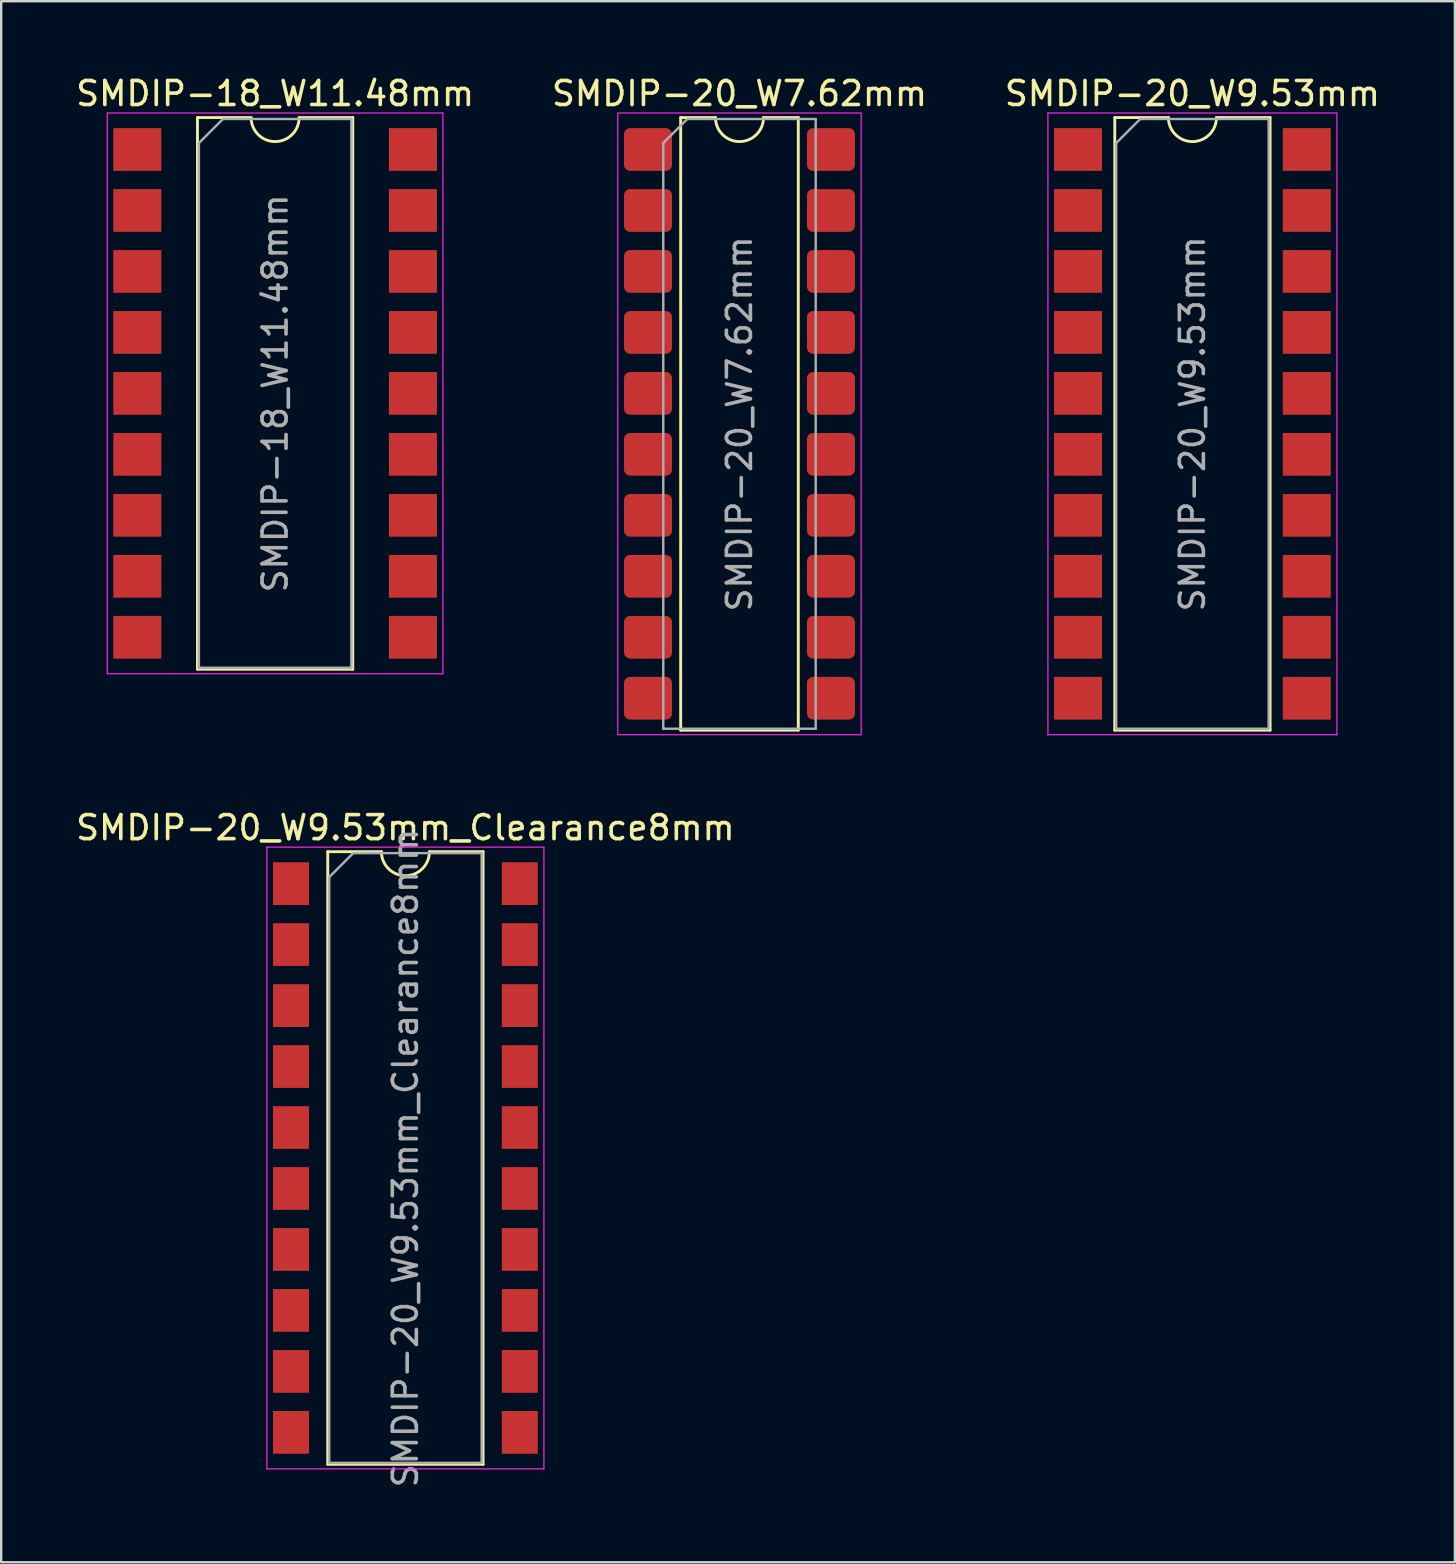
<source format=kicad_pcb>
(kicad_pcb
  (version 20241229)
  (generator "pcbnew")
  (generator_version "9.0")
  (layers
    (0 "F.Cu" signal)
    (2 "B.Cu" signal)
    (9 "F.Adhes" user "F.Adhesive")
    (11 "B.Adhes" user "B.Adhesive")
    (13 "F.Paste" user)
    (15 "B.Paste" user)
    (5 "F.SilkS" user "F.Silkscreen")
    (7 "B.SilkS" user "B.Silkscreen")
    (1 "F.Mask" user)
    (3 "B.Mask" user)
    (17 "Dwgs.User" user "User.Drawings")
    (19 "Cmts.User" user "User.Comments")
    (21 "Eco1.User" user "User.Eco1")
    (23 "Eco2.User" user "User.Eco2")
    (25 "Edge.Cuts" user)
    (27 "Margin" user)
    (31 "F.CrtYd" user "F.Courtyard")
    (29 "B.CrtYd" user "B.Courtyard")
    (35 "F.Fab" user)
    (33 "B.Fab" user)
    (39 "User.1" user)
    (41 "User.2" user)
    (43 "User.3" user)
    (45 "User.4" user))
  (footprint "SMDIP-18_W11.48mm"
    (layer "F.Cu")
    (at 8.411 13.338)
    (property "Reference" "SMDIP-18_W11.48mm" (at 0 -12.49 0) (layer "F.SilkS") (effects (font (size 1 1) (thickness 0.15))))
    (attr smd)
    (fp_line (start -3.235 -11.49) (end -3.235 11.49) (stroke (width 0.12) (type solid)) (layer "F.SilkS"))
    (fp_line (start -3.235 11.49) (end 3.235 11.49) (stroke (width 0.12) (type solid)) (layer "F.SilkS"))
    (fp_line (start -1 -11.49) (end -3.235 -11.49) (stroke (width 0.12) (type solid)) (layer "F.SilkS"))
    (fp_line (start 3.235 -11.49) (end 1 -11.49) (stroke (width 0.12) (type solid)) (layer "F.SilkS"))
    (fp_line (start 3.235 11.49) (end 3.235 -11.49) (stroke (width 0.12) (type solid)) (layer "F.SilkS"))
    (fp_arc (start 1 -11.49) (mid 0 -10.49) (end -1 -11.49) (stroke (width 0.12) (type solid)) (layer "F.SilkS"))
    (fp_line (start -6.99 -11.68) (end -6.99 11.68) (stroke (width 0.05) (type solid)) (layer "F.CrtYd"))
    (fp_line (start -6.99 11.68) (end 6.99 11.68) (stroke (width 0.05) (type solid)) (layer "F.CrtYd"))
    (fp_line (start 6.99 -11.68) (end -6.99 -11.68) (stroke (width 0.05) (type solid)) (layer "F.CrtYd"))
    (fp_line (start 6.99 11.68) (end 6.99 -11.68) (stroke (width 0.05) (type solid)) (layer "F.CrtYd"))
    (fp_line (start -3.175 -10.43) (end -2.175 -11.43) (stroke (width 0.1) (type solid)) (layer "F.Fab"))
    (fp_line (start -3.175 11.43) (end -3.175 -10.43) (stroke (width 0.1) (type solid)) (layer "F.Fab"))
    (fp_line (start -2.175 -11.43) (end 3.175 -11.43) (stroke (width 0.1) (type solid)) (layer "F.Fab"))
    (fp_line (start 3.175 -11.43) (end 3.175 11.43) (stroke (width 0.1) (type solid)) (layer "F.Fab"))
    (fp_line (start 3.175 11.43) (end -3.175 11.43) (stroke (width 0.1) (type solid)) (layer "F.Fab"))
    (fp_text user "${REFERENCE}" (at 0 0 90) (layer "F.Fab") (effects (font (size 1 1) (thickness 0.15))))
    (pad "1" smd rect (at -5.74 -10.16) (size 2 1.78) (layers "F.Cu" "F.Mask" "F.Paste"))
    (pad "2" smd rect (at -5.74 -7.62) (size 2 1.78) (layers "F.Cu" "F.Mask" "F.Paste"))
    (pad "3" smd rect (at -5.74 -5.08) (size 2 1.78) (layers "F.Cu" "F.Mask" "F.Paste"))
    (pad "4" smd rect (at -5.74 -2.54) (size 2 1.78) (layers "F.Cu" "F.Mask" "F.Paste"))
    (pad "5" smd rect (at -5.74 0) (size 2 1.78) (layers "F.Cu" "F.Mask" "F.Paste"))
    (pad "6" smd rect (at -5.74 2.54) (size 2 1.78) (layers "F.Cu" "F.Mask" "F.Paste"))
    (pad "7" smd rect (at -5.74 5.08) (size 2 1.78) (layers "F.Cu" "F.Mask" "F.Paste"))
    (pad "8" smd rect (at -5.74 7.62) (size 2 1.78) (layers "F.Cu" "F.Mask" "F.Paste"))
    (pad "9" smd rect (at -5.74 10.16) (size 2 1.78) (layers "F.Cu" "F.Mask" "F.Paste"))
    (pad "10" smd rect (at 5.74 10.16) (size 2 1.78) (layers "F.Cu" "F.Mask" "F.Paste"))
    (pad "11" smd rect (at 5.74 7.62) (size 2 1.78) (layers "F.Cu" "F.Mask" "F.Paste"))
    (pad "12" smd rect (at 5.74 5.08) (size 2 1.78) (layers "F.Cu" "F.Mask" "F.Paste"))
    (pad "13" smd rect (at 5.74 2.54) (size 2 1.78) (layers "F.Cu" "F.Mask" "F.Paste"))
    (pad "14" smd rect (at 5.74 0) (size 2 1.78) (layers "F.Cu" "F.Mask" "F.Paste"))
    (pad "15" smd rect (at 5.74 -2.54) (size 2 1.78) (layers "F.Cu" "F.Mask" "F.Paste"))
    (pad "16" smd rect (at 5.74 -5.08) (size 2 1.78) (layers "F.Cu" "F.Mask" "F.Paste"))
    (pad "17" smd rect (at 5.74 -7.62) (size 2 1.78) (layers "F.Cu" "F.Mask" "F.Paste"))
    (pad "18" smd rect (at 5.74 -10.16) (size 2 1.78) (layers "F.Cu" "F.Mask" "F.Paste")))
  (footprint "SMDIP-20_W9.53mm"
    (layer "F.Cu")
    (at 46.625 14.608)
    (property "Reference" "SMDIP-20_W9.53mm" (at 0 -13.76 0) (layer "F.SilkS") (effects (font (size 1 1) (thickness 0.15))))
    (attr smd)
    (fp_line (start -3.235 -12.76) (end -3.235 12.76) (stroke (width 0.12) (type solid)) (layer "F.SilkS"))
    (fp_line (start -3.235 12.76) (end 3.235 12.76) (stroke (width 0.12) (type solid)) (layer "F.SilkS"))
    (fp_line (start -1 -12.76) (end -3.235 -12.76) (stroke (width 0.12) (type solid)) (layer "F.SilkS"))
    (fp_line (start 3.235 -12.76) (end 1 -12.76) (stroke (width 0.12) (type solid)) (layer "F.SilkS"))
    (fp_line (start 3.235 12.76) (end 3.235 -12.76) (stroke (width 0.12) (type solid)) (layer "F.SilkS"))
    (fp_arc (start 1 -12.76) (mid 0 -11.76) (end -1 -12.76) (stroke (width 0.12) (type solid)) (layer "F.SilkS"))
    (fp_line (start -6.02 -12.95) (end -6.02 12.95) (stroke (width 0.05) (type solid)) (layer "F.CrtYd"))
    (fp_line (start -6.02 12.95) (end 6.02 12.95) (stroke (width 0.05) (type solid)) (layer "F.CrtYd"))
    (fp_line (start 6.02 -12.95) (end -6.02 -12.95) (stroke (width 0.05) (type solid)) (layer "F.CrtYd"))
    (fp_line (start 6.02 12.95) (end 6.02 -12.95) (stroke (width 0.05) (type solid)) (layer "F.CrtYd"))
    (fp_line (start -3.175 -11.7) (end -2.175 -12.7) (stroke (width 0.1) (type solid)) (layer "F.Fab"))
    (fp_line (start -3.175 12.7) (end -3.175 -11.7) (stroke (width 0.1) (type solid)) (layer "F.Fab"))
    (fp_line (start -2.175 -12.7) (end 3.175 -12.7) (stroke (width 0.1) (type solid)) (layer "F.Fab"))
    (fp_line (start 3.175 -12.7) (end 3.175 12.7) (stroke (width 0.1) (type solid)) (layer "F.Fab"))
    (fp_line (start 3.175 12.7) (end -3.175 12.7) (stroke (width 0.1) (type solid)) (layer "F.Fab"))
    (fp_text user "${REFERENCE}" (at 0 0 90) (layer "F.Fab") (effects (font (size 1 1) (thickness 0.15))))
    (pad "1" smd rect (at -4.765 -11.43) (size 2 1.78) (layers "F.Cu" "F.Mask" "F.Paste"))
    (pad "2" smd rect (at -4.765 -8.89) (size 2 1.78) (layers "F.Cu" "F.Mask" "F.Paste"))
    (pad "3" smd rect (at -4.765 -6.35) (size 2 1.78) (layers "F.Cu" "F.Mask" "F.Paste"))
    (pad "4" smd rect (at -4.765 -3.81) (size 2 1.78) (layers "F.Cu" "F.Mask" "F.Paste"))
    (pad "5" smd rect (at -4.765 -1.27) (size 2 1.78) (layers "F.Cu" "F.Mask" "F.Paste"))
    (pad "6" smd rect (at -4.765 1.27) (size 2 1.78) (layers "F.Cu" "F.Mask" "F.Paste"))
    (pad "7" smd rect (at -4.765 3.81) (size 2 1.78) (layers "F.Cu" "F.Mask" "F.Paste"))
    (pad "8" smd rect (at -4.765 6.35) (size 2 1.78) (layers "F.Cu" "F.Mask" "F.Paste"))
    (pad "9" smd rect (at -4.765 8.89) (size 2 1.78) (layers "F.Cu" "F.Mask" "F.Paste"))
    (pad "10" smd rect (at -4.765 11.43) (size 2 1.78) (layers "F.Cu" "F.Mask" "F.Paste"))
    (pad "11" smd rect (at 4.765 11.43) (size 2 1.78) (layers "F.Cu" "F.Mask" "F.Paste"))
    (pad "12" smd rect (at 4.765 8.89) (size 2 1.78) (layers "F.Cu" "F.Mask" "F.Paste"))
    (pad "13" smd rect (at 4.765 6.35) (size 2 1.78) (layers "F.Cu" "F.Mask" "F.Paste"))
    (pad "14" smd rect (at 4.765 3.81) (size 2 1.78) (layers "F.Cu" "F.Mask" "F.Paste"))
    (pad "15" smd rect (at 4.765 1.27) (size 2 1.78) (layers "F.Cu" "F.Mask" "F.Paste"))
    (pad "16" smd rect (at 4.765 -1.27) (size 2 1.78) (layers "F.Cu" "F.Mask" "F.Paste"))
    (pad "17" smd rect (at 4.765 -3.81) (size 2 1.78) (layers "F.Cu" "F.Mask" "F.Paste"))
    (pad "18" smd rect (at 4.765 -6.35) (size 2 1.78) (layers "F.Cu" "F.Mask" "F.Paste"))
    (pad "19" smd rect (at 4.765 -8.89) (size 2 1.78) (layers "F.Cu" "F.Mask" "F.Paste"))
    (pad "20" smd rect (at 4.765 -11.43) (size 2 1.78) (layers "F.Cu" "F.Mask" "F.Paste")))
  (footprint "SMDIP-20_W7.62mm"
    (layer "F.Cu")
    (at 27.756 14.608)
    (property "Reference" "SMDIP-20_W7.62mm" (at 0 -13.76 0) (layer "F.SilkS") (effects (font (size 1 1) (thickness 0.15))))
    (attr smd)
    (fp_line (start -2.45 -12.76) (end -2.45 12.76) (stroke (width 0.12) (type solid)) (layer "F.SilkS"))
    (fp_line (start -2.45 12.76) (end 2.45 12.76) (stroke (width 0.12) (type solid)) (layer "F.SilkS"))
    (fp_line (start -1 -12.76) (end -2.45 -12.76) (stroke (width 0.12) (type solid)) (layer "F.SilkS"))
    (fp_line (start 2.45 -12.76) (end 1 -12.76) (stroke (width 0.12) (type solid)) (layer "F.SilkS"))
    (fp_line (start 2.45 12.76) (end 2.45 -12.76) (stroke (width 0.12) (type solid)) (layer "F.SilkS"))
    (fp_arc (start 1 -12.76) (mid 0 -11.76) (end -1 -12.76) (stroke (width 0.12) (type solid)) (layer "F.SilkS"))
    (fp_rect (start -5.07 -12.95) (end 5.07 12.95) (stroke (width 0.05) (type solid)) (fill no) (layer "F.CrtYd"))
    (fp_line (start -3.175 -11.7) (end -2.175 -12.7) (stroke (width 0.1) (type solid)) (layer "F.Fab"))
    (fp_line (start -3.175 12.7) (end -3.175 -11.7) (stroke (width 0.1) (type solid)) (layer "F.Fab"))
    (fp_line (start -2.175 -12.7) (end 3.175 -12.7) (stroke (width 0.1) (type solid)) (layer "F.Fab"))
    (fp_line (start 3.175 -12.7) (end 3.175 12.7) (stroke (width 0.1) (type solid)) (layer "F.Fab"))
    (fp_line (start 3.175 12.7) (end -3.175 12.7) (stroke (width 0.1) (type solid)) (layer "F.Fab"))
    (fp_text user "${REFERENCE}" (at 0 0 90) (layer "F.Fab") (effects (font (size 1 1) (thickness 0.15))))
    (pad "1" smd roundrect (at -3.81 -11.43) (size 2 1.78) (layers "F.Cu" "F.Mask" "F.Paste") (roundrect_rratio 0.14))
    (pad "2" smd roundrect (at -3.81 -8.89) (size 2 1.78) (layers "F.Cu" "F.Mask" "F.Paste") (roundrect_rratio 0.14))
    (pad "3" smd roundrect (at -3.81 -6.35) (size 2 1.78) (layers "F.Cu" "F.Mask" "F.Paste") (roundrect_rratio 0.14))
    (pad "4" smd roundrect (at -3.81 -3.81) (size 2 1.78) (layers "F.Cu" "F.Mask" "F.Paste") (roundrect_rratio 0.14))
    (pad "5" smd roundrect (at -3.81 -1.27) (size 2 1.78) (layers "F.Cu" "F.Mask" "F.Paste") (roundrect_rratio 0.14))
    (pad "6" smd roundrect (at -3.81 1.27) (size 2 1.78) (layers "F.Cu" "F.Mask" "F.Paste") (roundrect_rratio 0.14))
    (pad "7" smd roundrect (at -3.81 3.81) (size 2 1.78) (layers "F.Cu" "F.Mask" "F.Paste") (roundrect_rratio 0.14))
    (pad "8" smd roundrect (at -3.81 6.35) (size 2 1.78) (layers "F.Cu" "F.Mask" "F.Paste") (roundrect_rratio 0.14))
    (pad "9" smd roundrect (at -3.81 8.89) (size 2 1.78) (layers "F.Cu" "F.Mask" "F.Paste") (roundrect_rratio 0.14))
    (pad "10" smd roundrect (at -3.81 11.43) (size 2 1.78) (layers "F.Cu" "F.Mask" "F.Paste") (roundrect_rratio 0.14))
    (pad "11" smd roundrect (at 3.81 11.43) (size 2 1.78) (layers "F.Cu" "F.Mask" "F.Paste") (roundrect_rratio 0.14))
    (pad "12" smd roundrect (at 3.81 8.89) (size 2 1.78) (layers "F.Cu" "F.Mask" "F.Paste") (roundrect_rratio 0.14))
    (pad "13" smd roundrect (at 3.81 6.35) (size 2 1.78) (layers "F.Cu" "F.Mask" "F.Paste") (roundrect_rratio 0.14))
    (pad "14" smd roundrect (at 3.81 3.81) (size 2 1.78) (layers "F.Cu" "F.Mask" "F.Paste") (roundrect_rratio 0.14))
    (pad "15" smd roundrect (at 3.81 1.27) (size 2 1.78) (layers "F.Cu" "F.Mask" "F.Paste") (roundrect_rratio 0.14))
    (pad "16" smd roundrect (at 3.81 -1.27) (size 2 1.78) (layers "F.Cu" "F.Mask" "F.Paste") (roundrect_rratio 0.14))
    (pad "17" smd roundrect (at 3.81 -3.81) (size 2 1.78) (layers "F.Cu" "F.Mask" "F.Paste") (roundrect_rratio 0.14))
    (pad "18" smd roundrect (at 3.81 -6.35) (size 2 1.78) (layers "F.Cu" "F.Mask" "F.Paste") (roundrect_rratio 0.14))
    (pad "19" smd roundrect (at 3.81 -8.89) (size 2 1.78) (layers "F.Cu" "F.Mask" "F.Paste") (roundrect_rratio 0.14))
    (pad "20" smd roundrect (at 3.81 -11.43) (size 2 1.78) (layers "F.Cu" "F.Mask" "F.Paste") (roundrect_rratio 0.14)))
  (footprint "SMDIP-20_W9.53mm_Clearance8mm"
    (layer "F.Cu")
    (at 13.839 45.191)
    (property "Reference" "SMDIP-20_W9.53mm_Clearance8mm" (at 0 -13.76 0) (layer "F.SilkS") (effects (font (size 1 1) (thickness 0.15))))
    (attr smd)
    (fp_line (start -3.235 -12.76) (end -3.235 12.76) (stroke (width 0.12) (type solid)) (layer "F.SilkS"))
    (fp_line (start -3.235 12.76) (end 3.235 12.76) (stroke (width 0.12) (type solid)) (layer "F.SilkS"))
    (fp_line (start -1 -12.76) (end -3.235 -12.76) (stroke (width 0.12) (type solid)) (layer "F.SilkS"))
    (fp_line (start 3.235 -12.76) (end 1 -12.76) (stroke (width 0.12) (type solid)) (layer "F.SilkS"))
    (fp_line (start 3.235 12.76) (end 3.235 -12.76) (stroke (width 0.12) (type solid)) (layer "F.SilkS"))
    (fp_arc (start 1 -12.76) (mid 0 -11.76) (end -1 -12.76) (stroke (width 0.12) (type solid)) (layer "F.SilkS"))
    (fp_line (start -5.77 -12.95) (end -5.77 12.95) (stroke (width 0.05) (type solid)) (layer "F.CrtYd"))
    (fp_line (start -5.77 12.95) (end 5.77 12.95) (stroke (width 0.05) (type solid)) (layer "F.CrtYd"))
    (fp_line (start 5.77 -12.95) (end -5.77 -12.95) (stroke (width 0.05) (type solid)) (layer "F.CrtYd"))
    (fp_line (start 5.77 12.95) (end 5.77 -12.95) (stroke (width 0.05) (type solid)) (layer "F.CrtYd"))
    (fp_line (start -3.175 -11.7) (end -2.175 -12.7) (stroke (width 0.1) (type solid)) (layer "F.Fab"))
    (fp_line (start -3.175 12.7) (end -3.175 -11.7) (stroke (width 0.1) (type solid)) (layer "F.Fab"))
    (fp_line (start -2.175 -12.7) (end 3.175 -12.7) (stroke (width 0.1) (type solid)) (layer "F.Fab"))
    (fp_line (start 3.175 -12.7) (end 3.175 12.7) (stroke (width 0.1) (type solid)) (layer "F.Fab"))
    (fp_line (start 3.175 12.7) (end -3.175 12.7) (stroke (width 0.1) (type solid)) (layer "F.Fab"))
    (fp_text user "${REFERENCE}" (at 0 0 90) (layer "F.Fab") (effects (font (size 1 1) (thickness 0.15))))
    (pad "1" smd rect (at -4.765 -11.43) (size 1.5 1.78) (layers "F.Cu" "F.Mask" "F.Paste"))
    (pad "2" smd rect (at -4.765 -8.89) (size 1.5 1.78) (layers "F.Cu" "F.Mask" "F.Paste"))
    (pad "3" smd rect (at -4.765 -6.35) (size 1.5 1.78) (layers "F.Cu" "F.Mask" "F.Paste"))
    (pad "4" smd rect (at -4.765 -3.81) (size 1.5 1.78) (layers "F.Cu" "F.Mask" "F.Paste"))
    (pad "5" smd rect (at -4.765 -1.27) (size 1.5 1.78) (layers "F.Cu" "F.Mask" "F.Paste"))
    (pad "6" smd rect (at -4.765 1.27) (size 1.5 1.78) (layers "F.Cu" "F.Mask" "F.Paste"))
    (pad "7" smd rect (at -4.765 3.81) (size 1.5 1.78) (layers "F.Cu" "F.Mask" "F.Paste"))
    (pad "8" smd rect (at -4.765 6.35) (size 1.5 1.78) (layers "F.Cu" "F.Mask" "F.Paste"))
    (pad "9" smd rect (at -4.765 8.89) (size 1.5 1.78) (layers "F.Cu" "F.Mask" "F.Paste"))
    (pad "10" smd rect (at -4.765 11.43) (size 1.5 1.78) (layers "F.Cu" "F.Mask" "F.Paste"))
    (pad "11" smd rect (at 4.765 11.43) (size 1.5 1.78) (layers "F.Cu" "F.Mask" "F.Paste"))
    (pad "12" smd rect (at 4.765 8.89) (size 1.5 1.78) (layers "F.Cu" "F.Mask" "F.Paste"))
    (pad "13" smd rect (at 4.765 6.35) (size 1.5 1.78) (layers "F.Cu" "F.Mask" "F.Paste"))
    (pad "14" smd rect (at 4.765 3.81) (size 1.5 1.78) (layers "F.Cu" "F.Mask" "F.Paste"))
    (pad "15" smd rect (at 4.765 1.27) (size 1.5 1.78) (layers "F.Cu" "F.Mask" "F.Paste"))
    (pad "16" smd rect (at 4.765 -1.27) (size 1.5 1.78) (layers "F.Cu" "F.Mask" "F.Paste"))
    (pad "17" smd rect (at 4.765 -3.81) (size 1.5 1.78) (layers "F.Cu" "F.Mask" "F.Paste"))
    (pad "18" smd rect (at 4.765 -6.35) (size 1.5 1.78) (layers "F.Cu" "F.Mask" "F.Paste"))
    (pad "19" smd rect (at 4.765 -8.89) (size 1.5 1.78) (layers "F.Cu" "F.Mask" "F.Paste"))
    (pad "20" smd rect (at 4.765 -11.43) (size 1.5 1.78) (layers "F.Cu" "F.Mask" "F.Paste")))
  (gr_rect
    (start -3 -3)
    (end 57.56 62.031)
    (stroke (width 0.1) (type default))
    (fill no)
    (layer "Edge.Cuts")))
</source>
